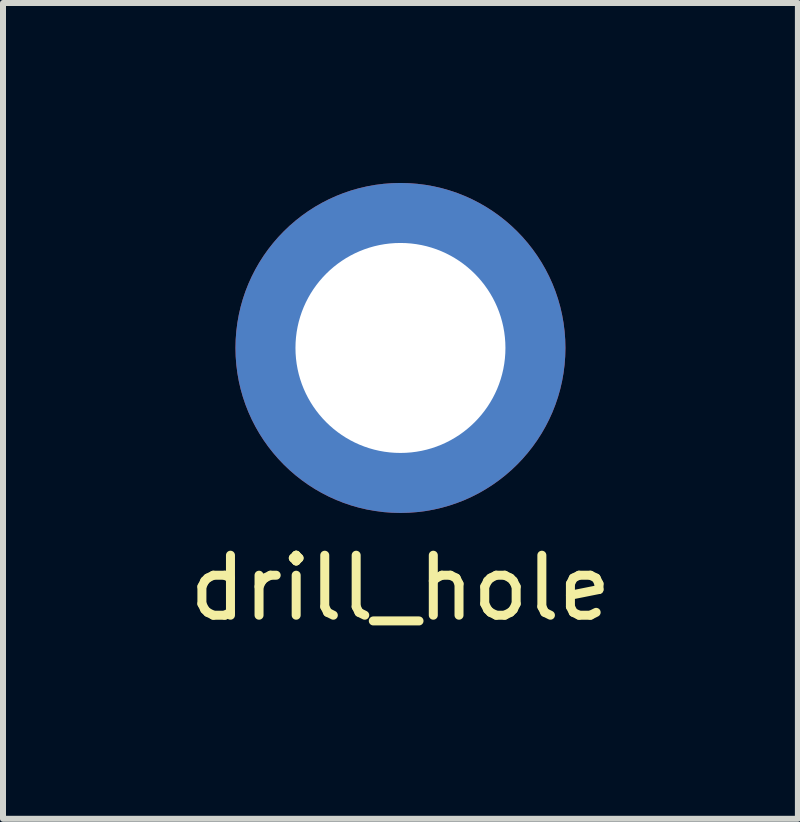
<source format=kicad_pcb>
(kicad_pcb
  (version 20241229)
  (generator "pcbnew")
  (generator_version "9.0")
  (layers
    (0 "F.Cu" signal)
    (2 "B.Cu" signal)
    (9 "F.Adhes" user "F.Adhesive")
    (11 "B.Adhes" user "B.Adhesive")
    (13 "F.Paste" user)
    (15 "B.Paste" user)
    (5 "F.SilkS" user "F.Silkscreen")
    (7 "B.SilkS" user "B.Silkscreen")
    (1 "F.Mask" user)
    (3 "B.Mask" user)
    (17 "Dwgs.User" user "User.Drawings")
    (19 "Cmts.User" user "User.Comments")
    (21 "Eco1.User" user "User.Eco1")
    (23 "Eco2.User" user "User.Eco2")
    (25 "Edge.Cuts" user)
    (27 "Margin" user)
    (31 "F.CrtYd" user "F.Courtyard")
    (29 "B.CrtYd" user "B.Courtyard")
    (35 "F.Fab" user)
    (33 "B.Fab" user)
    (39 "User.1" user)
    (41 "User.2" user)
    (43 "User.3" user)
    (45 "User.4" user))
  (footprint "drill_hole"
    (layer "F.Cu")
    (at 3.625 2.75)
    (property "Reference" "drill_hole" (at 0 4 0) (layer "F.SilkS") (effects (font (size 1 1) (thickness 0.15))))
    (attr through_hole)
    (pad "1" thru_hole circle (at 0 0) (size 5.5 5.5) (drill 3.5) (layers "*.Cu" "*.Mask")))
  (gr_rect
    (start -3 -3)
    (end 10.25 10.598)
    (stroke (width 0.1) (type default))
    (fill no)
    (layer "Edge.Cuts")))
</source>
